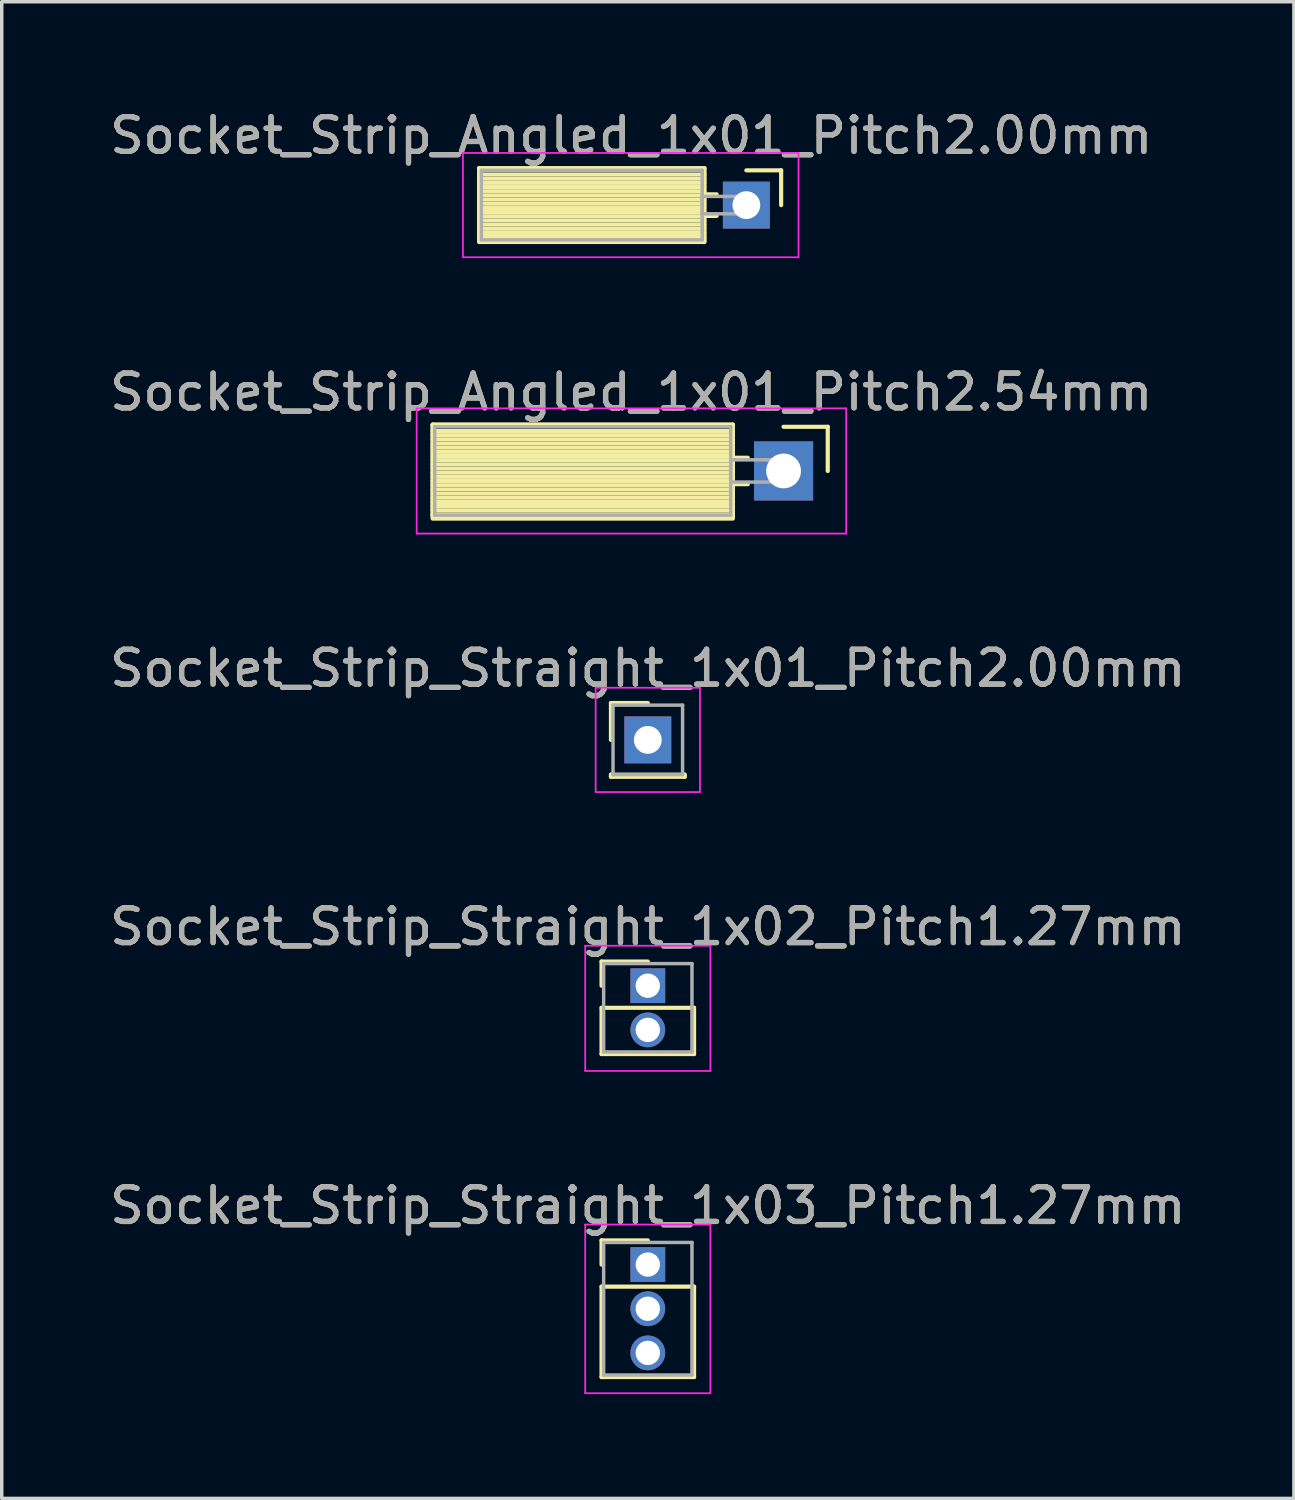
<source format=kicad_pcb>
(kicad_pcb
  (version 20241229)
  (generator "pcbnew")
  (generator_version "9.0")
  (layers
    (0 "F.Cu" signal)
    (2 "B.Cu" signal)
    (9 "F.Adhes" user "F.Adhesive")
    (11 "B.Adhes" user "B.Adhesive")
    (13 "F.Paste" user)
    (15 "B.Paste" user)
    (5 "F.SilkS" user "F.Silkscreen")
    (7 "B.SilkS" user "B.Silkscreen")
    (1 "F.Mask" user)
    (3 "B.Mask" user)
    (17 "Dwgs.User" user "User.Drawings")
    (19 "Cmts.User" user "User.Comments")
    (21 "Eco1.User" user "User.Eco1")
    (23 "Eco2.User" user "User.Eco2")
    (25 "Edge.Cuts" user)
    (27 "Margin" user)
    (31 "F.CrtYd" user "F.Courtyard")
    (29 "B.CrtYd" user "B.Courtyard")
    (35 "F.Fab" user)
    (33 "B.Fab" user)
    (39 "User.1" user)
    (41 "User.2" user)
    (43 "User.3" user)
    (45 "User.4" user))
  (footprint "Socket_Strip_Straight_1x03_Pitch1.27mm"
    (layer "F.Cu")
    (at 15.577 33.311)
    (property "Reference" "Socket_Strip_Straight_1x03_Pitch1.27mm" (at 0 -1.695 0) (layer "F.SilkS") (effects (font (size 1 1) (thickness 0.15))))
    (attr through_hole)
    (fp_line (start -1.33 -0.695) (end 0 -0.695) (stroke (width 0.12) (type solid)) (layer "F.SilkS"))
    (fp_line (start -1.33 0) (end -1.33 -0.695) (stroke (width 0.12) (type solid)) (layer "F.SilkS"))
    (fp_line (start -1.33 0.635) (end -1.33 3.235) (stroke (width 0.12) (type solid)) (layer "F.SilkS"))
    (fp_line (start -1.33 3.235) (end 1.33 3.235) (stroke (width 0.12) (type solid)) (layer "F.SilkS"))
    (fp_line (start 1.33 0.635) (end -1.33 0.635) (stroke (width 0.12) (type solid)) (layer "F.SilkS"))
    (fp_line (start 1.33 3.235) (end 1.33 0.635) (stroke (width 0.12) (type solid)) (layer "F.SilkS"))
    (fp_line (start -1.8 -1.15) (end -1.8 3.7) (stroke (width 0.05) (type solid)) (layer "F.CrtYd"))
    (fp_line (start -1.8 3.7) (end 1.8 3.7) (stroke (width 0.05) (type solid)) (layer "F.CrtYd"))
    (fp_line (start 1.8 -1.15) (end -1.8 -1.15) (stroke (width 0.05) (type solid)) (layer "F.CrtYd"))
    (fp_line (start 1.8 3.7) (end 1.8 -1.15) (stroke (width 0.05) (type solid)) (layer "F.CrtYd"))
    (fp_line (start -1.27 -0.635) (end -1.27 3.175) (stroke (width 0.1) (type solid)) (layer "F.Fab"))
    (fp_line (start -1.27 3.175) (end 1.27 3.175) (stroke (width 0.1) (type solid)) (layer "F.Fab"))
    (fp_line (start 1.27 -0.635) (end -1.27 -0.635) (stroke (width 0.1) (type solid)) (layer "F.Fab"))
    (fp_line (start 1.27 3.175) (end 1.27 -0.635) (stroke (width 0.1) (type solid)) (layer "F.Fab"))
    (fp_text user "${REFERENCE}" (at 0 -1.695 0) (layer "F.Fab") (effects (font (size 1 1) (thickness 0.15))))
    (pad "1" thru_hole rect (at 0 0) (size 1 1) (drill 0.7) (layers "*.Cu" "*.Mask"))
    (pad "2" thru_hole oval (at 0 1.27) (size 1 1) (drill 0.7) (layers "*.Cu" "*.Mask"))
    (pad "3" thru_hole oval (at 0 2.54) (size 1 1) (drill 0.7) (layers "*.Cu" "*.Mask")))
  (footprint "Socket_Strip_Straight_1x02_Pitch1.27mm"
    (layer "F.Cu")
    (at 15.577 25.293)
    (property "Reference" "Socket_Strip_Straight_1x02_Pitch1.27mm" (at 0 -1.695 0) (layer "F.SilkS") (effects (font (size 1 1) (thickness 0.15))))
    (attr through_hole)
    (fp_line (start -1.33 -0.695) (end 0 -0.695) (stroke (width 0.12) (type solid)) (layer "F.SilkS"))
    (fp_line (start -1.33 0) (end -1.33 -0.695) (stroke (width 0.12) (type solid)) (layer "F.SilkS"))
    (fp_line (start -1.33 0.635) (end -1.33 1.965) (stroke (width 0.12) (type solid)) (layer "F.SilkS"))
    (fp_line (start -1.33 1.965) (end 1.33 1.965) (stroke (width 0.12) (type solid)) (layer "F.SilkS"))
    (fp_line (start 1.33 0.635) (end -1.33 0.635) (stroke (width 0.12) (type solid)) (layer "F.SilkS"))
    (fp_line (start 1.33 1.965) (end 1.33 0.635) (stroke (width 0.12) (type solid)) (layer "F.SilkS"))
    (fp_line (start -1.8 -1.15) (end -1.8 2.45) (stroke (width 0.05) (type solid)) (layer "F.CrtYd"))
    (fp_line (start -1.8 2.45) (end 1.8 2.45) (stroke (width 0.05) (type solid)) (layer "F.CrtYd"))
    (fp_line (start 1.8 -1.15) (end -1.8 -1.15) (stroke (width 0.05) (type solid)) (layer "F.CrtYd"))
    (fp_line (start 1.8 2.45) (end 1.8 -1.15) (stroke (width 0.05) (type solid)) (layer "F.CrtYd"))
    (fp_line (start -1.27 -0.635) (end -1.27 1.905) (stroke (width 0.1) (type solid)) (layer "F.Fab"))
    (fp_line (start -1.27 1.905) (end 1.27 1.905) (stroke (width 0.1) (type solid)) (layer "F.Fab"))
    (fp_line (start 1.27 -0.635) (end -1.27 -0.635) (stroke (width 0.1) (type solid)) (layer "F.Fab"))
    (fp_line (start 1.27 1.905) (end 1.27 -0.635) (stroke (width 0.1) (type solid)) (layer "F.Fab"))
    (fp_text user "${REFERENCE}" (at 0 -1.695 0) (layer "F.Fab") (effects (font (size 1 1) (thickness 0.15))))
    (pad "1" thru_hole rect (at 0 0) (size 1 1) (drill 0.7) (layers "*.Cu" "*.Mask"))
    (pad "2" thru_hole oval (at 0 1.27) (size 1 1) (drill 0.7) (layers "*.Cu" "*.Mask")))
  (footprint "Socket_Strip_Angled_1x01_Pitch2.00mm"
    (layer "F.Cu")
    (at 18.411 2.848)
    (property "Reference" "Socket_Strip_Angled_1x01_Pitch2.00mm" (at -3.31 -2 0) (layer "F.SilkS") (effects (font (size 1 1) (thickness 0.15))))
    (attr through_hole)
    (fp_line (start -7.68 -1.06) (end -1.21 -1.06) (stroke (width 0.12) (type solid)) (layer "F.SilkS"))
    (fp_line (start -7.68 -1.06) (end -1.21 -1.06) (stroke (width 0.12) (type solid)) (layer "F.SilkS"))
    (fp_line (start -7.68 1) (end -7.68 -1.06) (stroke (width 0.12) (type solid)) (layer "F.SilkS"))
    (fp_line (start -7.68 1.06) (end -7.68 -1.06) (stroke (width 0.12) (type solid)) (layer "F.SilkS"))
    (fp_line (start -1.21 -1.06) (end -1.21 1) (stroke (width 0.12) (type solid)) (layer "F.SilkS"))
    (fp_line (start -1.21 -1.06) (end -1.21 1.06) (stroke (width 0.12) (type solid)) (layer "F.SilkS"))
    (fp_line (start -1.21 -0.88) (end -7.68 -0.88) (stroke (width 0.12) (type solid)) (layer "F.SilkS"))
    (fp_line (start -1.21 -0.76) (end -7.68 -0.76) (stroke (width 0.12) (type solid)) (layer "F.SilkS"))
    (fp_line (start -1.21 -0.64) (end -7.68 -0.64) (stroke (width 0.12) (type solid)) (layer "F.SilkS"))
    (fp_line (start -1.21 -0.52) (end -7.68 -0.52) (stroke (width 0.12) (type solid)) (layer "F.SilkS"))
    (fp_line (start -1.21 -0.4) (end -7.68 -0.4) (stroke (width 0.12) (type solid)) (layer "F.SilkS"))
    (fp_line (start -1.21 -0.28) (end -7.68 -0.28) (stroke (width 0.12) (type solid)) (layer "F.SilkS"))
    (fp_line (start -1.21 -0.16) (end -7.68 -0.16) (stroke (width 0.12) (type solid)) (layer "F.SilkS"))
    (fp_line (start -1.21 -0.04) (end -7.68 -0.04) (stroke (width 0.12) (type solid)) (layer "F.SilkS"))
    (fp_line (start -1.21 0.08) (end -7.68 0.08) (stroke (width 0.12) (type solid)) (layer "F.SilkS"))
    (fp_line (start -1.21 0.2) (end -7.68 0.2) (stroke (width 0.12) (type solid)) (layer "F.SilkS"))
    (fp_line (start -1.21 0.32) (end -7.68 0.32) (stroke (width 0.12) (type solid)) (layer "F.SilkS"))
    (fp_line (start -1.21 0.44) (end -7.68 0.44) (stroke (width 0.12) (type solid)) (layer "F.SilkS"))
    (fp_line (start -1.21 0.56) (end -7.68 0.56) (stroke (width 0.12) (type solid)) (layer "F.SilkS"))
    (fp_line (start -1.21 0.68) (end -7.68 0.68) (stroke (width 0.12) (type solid)) (layer "F.SilkS"))
    (fp_line (start -1.21 0.8) (end -7.68 0.8) (stroke (width 0.12) (type solid)) (layer "F.SilkS"))
    (fp_line (start -1.21 0.92) (end -7.68 0.92) (stroke (width 0.12) (type solid)) (layer "F.SilkS"))
    (fp_line (start -1.21 1) (end -7.68 1) (stroke (width 0.12) (type solid)) (layer "F.SilkS"))
    (fp_line (start -1.21 1.04) (end -7.68 1.04) (stroke (width 0.12) (type solid)) (layer "F.SilkS"))
    (fp_line (start -1.21 1.06) (end -7.68 1.06) (stroke (width 0.12) (type solid)) (layer "F.SilkS"))
    (fp_line (start -0.855 -0.31) (end -1.21 -0.31) (stroke (width 0.12) (type solid)) (layer "F.SilkS"))
    (fp_line (start -0.855 0.31) (end -1.21 0.31) (stroke (width 0.12) (type solid)) (layer "F.SilkS"))
    (fp_line (start 0 -1) (end 1 -1) (stroke (width 0.12) (type solid)) (layer "F.SilkS"))
    (fp_line (start 1 -1) (end 1 0) (stroke (width 0.12) (type solid)) (layer "F.SilkS"))
    (fp_line (start -8.15 -1.5) (end 1.5 -1.5) (stroke (width 0.05) (type solid)) (layer "F.CrtYd"))
    (fp_line (start -8.15 1.5) (end -8.15 -1.5) (stroke (width 0.05) (type solid)) (layer "F.CrtYd"))
    (fp_line (start 1.5 -1.5) (end 1.5 1.5) (stroke (width 0.05) (type solid)) (layer "F.CrtYd"))
    (fp_line (start 1.5 1.5) (end -8.15 1.5) (stroke (width 0.05) (type solid)) (layer "F.CrtYd"))
    (fp_line (start -7.62 -1) (end -1.27 -1) (stroke (width 0.1) (type solid)) (layer "F.Fab"))
    (fp_line (start -7.62 1) (end -7.62 -1) (stroke (width 0.1) (type solid)) (layer "F.Fab"))
    (fp_line (start -1.27 -1) (end -1.27 1) (stroke (width 0.1) (type solid)) (layer "F.Fab"))
    (fp_line (start -1.27 -0.25) (end 0 -0.25) (stroke (width 0.1) (type solid)) (layer "F.Fab"))
    (fp_line (start -1.27 0.25) (end -1.27 -0.25) (stroke (width 0.1) (type solid)) (layer "F.Fab"))
    (fp_line (start -1.27 1) (end -7.62 1) (stroke (width 0.1) (type solid)) (layer "F.Fab"))
    (fp_line (start 0 -0.25) (end 0 0.25) (stroke (width 0.1) (type solid)) (layer "F.Fab"))
    (fp_line (start 0 0.25) (end -1.27 0.25) (stroke (width 0.1) (type solid)) (layer "F.Fab"))
    (fp_text user "${REFERENCE}" (at -3.31 -2 0) (layer "F.Fab") (effects (font (size 1 1) (thickness 0.15))))
    (pad "1" thru_hole rect (at 0 0) (size 1.35 1.35) (drill 0.8) (layers "*.Cu" "*.Mask")))
  (footprint "Socket_Strip_Straight_1x01_Pitch2.00mm"
    (layer "F.Cu")
    (at 15.577 18.225)
    (property "Reference" "Socket_Strip_Straight_1x01_Pitch2.00mm" (at 0 -2.06 0) (layer "F.SilkS") (effects (font (size 1 1) (thickness 0.15))))
    (attr through_hole)
    (fp_line (start -1.06 -1.06) (end 0 -1.06) (stroke (width 0.12) (type solid)) (layer "F.SilkS"))
    (fp_line (start -1.06 0) (end -1.06 -1.06) (stroke (width 0.12) (type solid)) (layer "F.SilkS"))
    (fp_line (start -1.06 1) (end -1.06 1.06) (stroke (width 0.12) (type solid)) (layer "F.SilkS"))
    (fp_line (start -1.06 1.06) (end 1.06 1.06) (stroke (width 0.12) (type solid)) (layer "F.SilkS"))
    (fp_line (start 1.06 1) (end -1.06 1) (stroke (width 0.12) (type solid)) (layer "F.SilkS"))
    (fp_line (start 1.06 1.06) (end 1.06 1) (stroke (width 0.12) (type solid)) (layer "F.SilkS"))
    (fp_line (start -1.5 -1.5) (end -1.5 1.5) (stroke (width 0.05) (type solid)) (layer "F.CrtYd"))
    (fp_line (start -1.5 1.5) (end 1.5 1.5) (stroke (width 0.05) (type solid)) (layer "F.CrtYd"))
    (fp_line (start 1.5 -1.5) (end -1.5 -1.5) (stroke (width 0.05) (type solid)) (layer "F.CrtYd"))
    (fp_line (start 1.5 1.5) (end 1.5 -1.5) (stroke (width 0.05) (type solid)) (layer "F.CrtYd"))
    (fp_line (start -1 -1) (end -1 1) (stroke (width 0.1) (type solid)) (layer "F.Fab"))
    (fp_line (start -1 1) (end 1 1) (stroke (width 0.1) (type solid)) (layer "F.Fab"))
    (fp_line (start 1 -1) (end -1 -1) (stroke (width 0.1) (type solid)) (layer "F.Fab"))
    (fp_line (start 1 1) (end 1 -1) (stroke (width 0.1) (type solid)) (layer "F.Fab"))
    (fp_text user "${REFERENCE}" (at 0 -2.06 0) (layer "F.Fab") (effects (font (size 1 1) (thickness 0.15))))
    (pad "1" thru_hole rect (at 0 0) (size 1.35 1.35) (drill 0.8) (layers "*.Cu" "*.Mask")))
  (footprint "Socket_Strip_Angled_1x01_Pitch2.54mm"
    (layer "F.Cu")
    (at 19.481 10.492)
    (property "Reference" "Socket_Strip_Angled_1x01_Pitch2.54mm" (at -4.38 -2.27 0) (layer "F.SilkS") (effects (font (size 1 1) (thickness 0.15))))
    (attr through_hole)
    (fp_line (start -10.09 -1.33) (end -1.46 -1.33) (stroke (width 0.12) (type solid)) (layer "F.SilkS"))
    (fp_line (start -10.09 -1.33) (end -1.46 -1.33) (stroke (width 0.12) (type solid)) (layer "F.SilkS"))
    (fp_line (start -10.09 1.27) (end -10.09 -1.33) (stroke (width 0.12) (type solid)) (layer "F.SilkS"))
    (fp_line (start -10.09 1.33) (end -10.09 -1.33) (stroke (width 0.12) (type solid)) (layer "F.SilkS"))
    (fp_line (start -1.46 -1.33) (end -1.46 1.27) (stroke (width 0.12) (type solid)) (layer "F.SilkS"))
    (fp_line (start -1.46 -1.33) (end -1.46 1.33) (stroke (width 0.12) (type solid)) (layer "F.SilkS"))
    (fp_line (start -1.46 -1.15) (end -10.09 -1.15) (stroke (width 0.12) (type solid)) (layer "F.SilkS"))
    (fp_line (start -1.46 -1.03) (end -10.09 -1.03) (stroke (width 0.12) (type solid)) (layer "F.SilkS"))
    (fp_line (start -1.46 -0.91) (end -10.09 -0.91) (stroke (width 0.12) (type solid)) (layer "F.SilkS"))
    (fp_line (start -1.46 -0.79) (end -10.09 -0.79) (stroke (width 0.12) (type solid)) (layer "F.SilkS"))
    (fp_line (start -1.46 -0.67) (end -10.09 -0.67) (stroke (width 0.12) (type solid)) (layer "F.SilkS"))
    (fp_line (start -1.46 -0.55) (end -10.09 -0.55) (stroke (width 0.12) (type solid)) (layer "F.SilkS"))
    (fp_line (start -1.46 -0.43) (end -10.09 -0.43) (stroke (width 0.12) (type solid)) (layer "F.SilkS"))
    (fp_line (start -1.46 -0.31) (end -10.09 -0.31) (stroke (width 0.12) (type solid)) (layer "F.SilkS"))
    (fp_line (start -1.46 -0.19) (end -10.09 -0.19) (stroke (width 0.12) (type solid)) (layer "F.SilkS"))
    (fp_line (start -1.46 -0.07) (end -10.09 -0.07) (stroke (width 0.12) (type solid)) (layer "F.SilkS"))
    (fp_line (start -1.46 0.05) (end -10.09 0.05) (stroke (width 0.12) (type solid)) (layer "F.SilkS"))
    (fp_line (start -1.46 0.17) (end -10.09 0.17) (stroke (width 0.12) (type solid)) (layer "F.SilkS"))
    (fp_line (start -1.46 0.29) (end -10.09 0.29) (stroke (width 0.12) (type solid)) (layer "F.SilkS"))
    (fp_line (start -1.46 0.41) (end -10.09 0.41) (stroke (width 0.12) (type solid)) (layer "F.SilkS"))
    (fp_line (start -1.46 0.53) (end -10.09 0.53) (stroke (width 0.12) (type solid)) (layer "F.SilkS"))
    (fp_line (start -1.46 0.65) (end -10.09 0.65) (stroke (width 0.12) (type solid)) (layer "F.SilkS"))
    (fp_line (start -1.46 0.77) (end -10.09 0.77) (stroke (width 0.12) (type solid)) (layer "F.SilkS"))
    (fp_line (start -1.46 0.89) (end -10.09 0.89) (stroke (width 0.12) (type solid)) (layer "F.SilkS"))
    (fp_line (start -1.46 1.01) (end -10.09 1.01) (stroke (width 0.12) (type solid)) (layer "F.SilkS"))
    (fp_line (start -1.46 1.13) (end -10.09 1.13) (stroke (width 0.12) (type solid)) (layer "F.SilkS"))
    (fp_line (start -1.46 1.25) (end -10.09 1.25) (stroke (width 0.12) (type solid)) (layer "F.SilkS"))
    (fp_line (start -1.46 1.27) (end -10.09 1.27) (stroke (width 0.12) (type solid)) (layer "F.SilkS"))
    (fp_line (start -1.46 1.33) (end -10.09 1.33) (stroke (width 0.12) (type solid)) (layer "F.SilkS"))
    (fp_line (start -1.46 1.37) (end -10.09 1.37) (stroke (width 0.12) (type solid)) (layer "F.SilkS"))
    (fp_line (start -1.03 -0.38) (end -1.46 -0.38) (stroke (width 0.12) (type solid)) (layer "F.SilkS"))
    (fp_line (start -1.03 0.38) (end -1.46 0.38) (stroke (width 0.12) (type solid)) (layer "F.SilkS"))
    (fp_line (start 0 -1.27) (end 1.27 -1.27) (stroke (width 0.12) (type solid)) (layer "F.SilkS"))
    (fp_line (start 1.27 -1.27) (end 1.27 0) (stroke (width 0.12) (type solid)) (layer "F.SilkS"))
    (fp_line (start -10.55 -1.8) (end 1.8 -1.8) (stroke (width 0.05) (type solid)) (layer "F.CrtYd"))
    (fp_line (start -10.55 1.8) (end -10.55 -1.8) (stroke (width 0.05) (type solid)) (layer "F.CrtYd"))
    (fp_line (start 1.8 -1.8) (end 1.8 1.8) (stroke (width 0.05) (type solid)) (layer "F.CrtYd"))
    (fp_line (start 1.8 1.8) (end -10.55 1.8) (stroke (width 0.05) (type solid)) (layer "F.CrtYd"))
    (fp_line (start -10.03 -1.27) (end -1.52 -1.27) (stroke (width 0.1) (type solid)) (layer "F.Fab"))
    (fp_line (start -10.03 1.27) (end -10.03 -1.27) (stroke (width 0.1) (type solid)) (layer "F.Fab"))
    (fp_line (start -1.52 -1.27) (end -1.52 1.27) (stroke (width 0.1) (type solid)) (layer "F.Fab"))
    (fp_line (start -1.52 -0.32) (end 0 -0.32) (stroke (width 0.1) (type solid)) (layer "F.Fab"))
    (fp_line (start -1.52 0.32) (end -1.52 -0.32) (stroke (width 0.1) (type solid)) (layer "F.Fab"))
    (fp_line (start -1.52 1.27) (end -10.03 1.27) (stroke (width 0.1) (type solid)) (layer "F.Fab"))
    (fp_line (start 0 -0.32) (end 0 0.32) (stroke (width 0.1) (type solid)) (layer "F.Fab"))
    (fp_line (start 0 0.32) (end -1.52 0.32) (stroke (width 0.1) (type solid)) (layer "F.Fab"))
    (fp_text user "${REFERENCE}" (at -4.38 -2.27 0) (layer "F.Fab") (effects (font (size 1 1) (thickness 0.15))))
    (pad "1" thru_hole rect (at 0 0) (size 1.7 1.7) (drill 1) (layers "*.Cu" "*.Mask")))
  (gr_rect
    (start -3 -3)
    (end 34.155 40.036)
    (stroke (width 0.1) (type default))
    (fill no)
    (layer "Edge.Cuts")))
</source>
